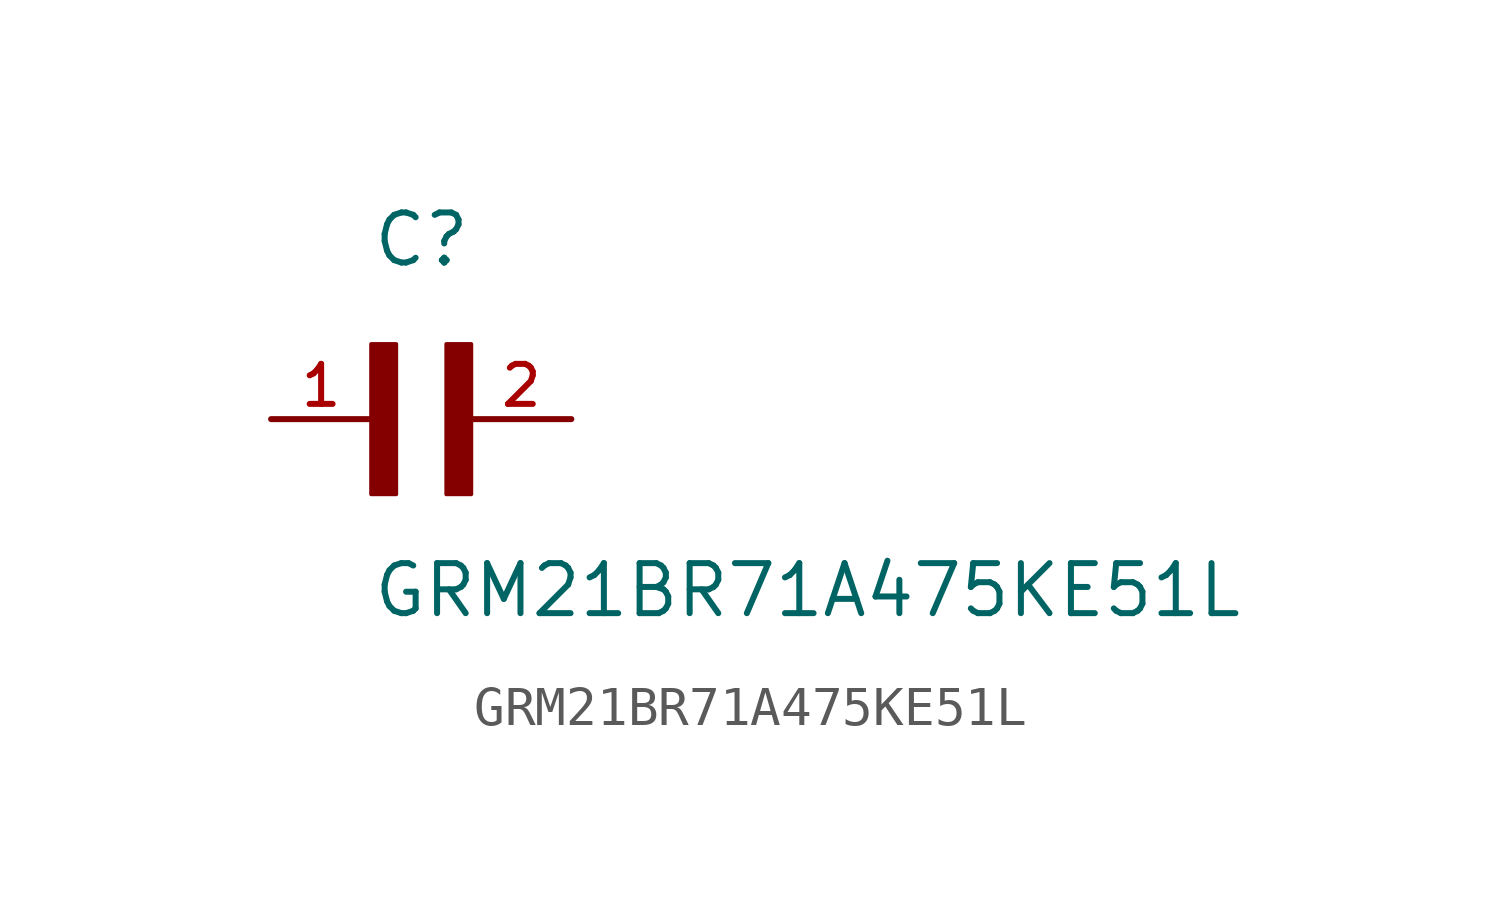
<source format=kicad_sym>
(kicad_symbol_lib
  (version 20211014)
  (generator kicad_symbol_editor)
  (symbol "GRM21BR71A475KE51L"
    (pin_names
      (offset 1.016))
    (property "Reference" "C"
      (at 0.0 3.811 0)
      (effects (font (size 1.27 1.27)) (justify bottom left)))
    (property "Value" "GRM21BR71A475KE51L"
      (at 0.0 -5.088 0)
      (effects (font (size 1.27 1.27)) (justify bottom left)))
    (symbol "GRM21BR71A475KE51L_0_0"
      (rectangle (start 0.0 -1.907) (end 0.635 1.905) (stroke (width 0.1)) (fill (type outline)))
      (rectangle (start 1.907 -1.907) (end 2.54 1.905) (stroke (width 0.1)) (fill (type outline)))
      (pin passive line (at 5.08 0.0 180.0) (length 2.54) (name "~" (effects (font (size 1.016 1.016)))) (number "2" (effects (font (size 1.016 1.016)))))
      (pin passive line (at -2.54 0.0 0) (length 2.54) (name "~" (effects (font (size 1.016 1.016)))) (number "1" (effects (font (size 1.016 1.016))))))))
</source>
